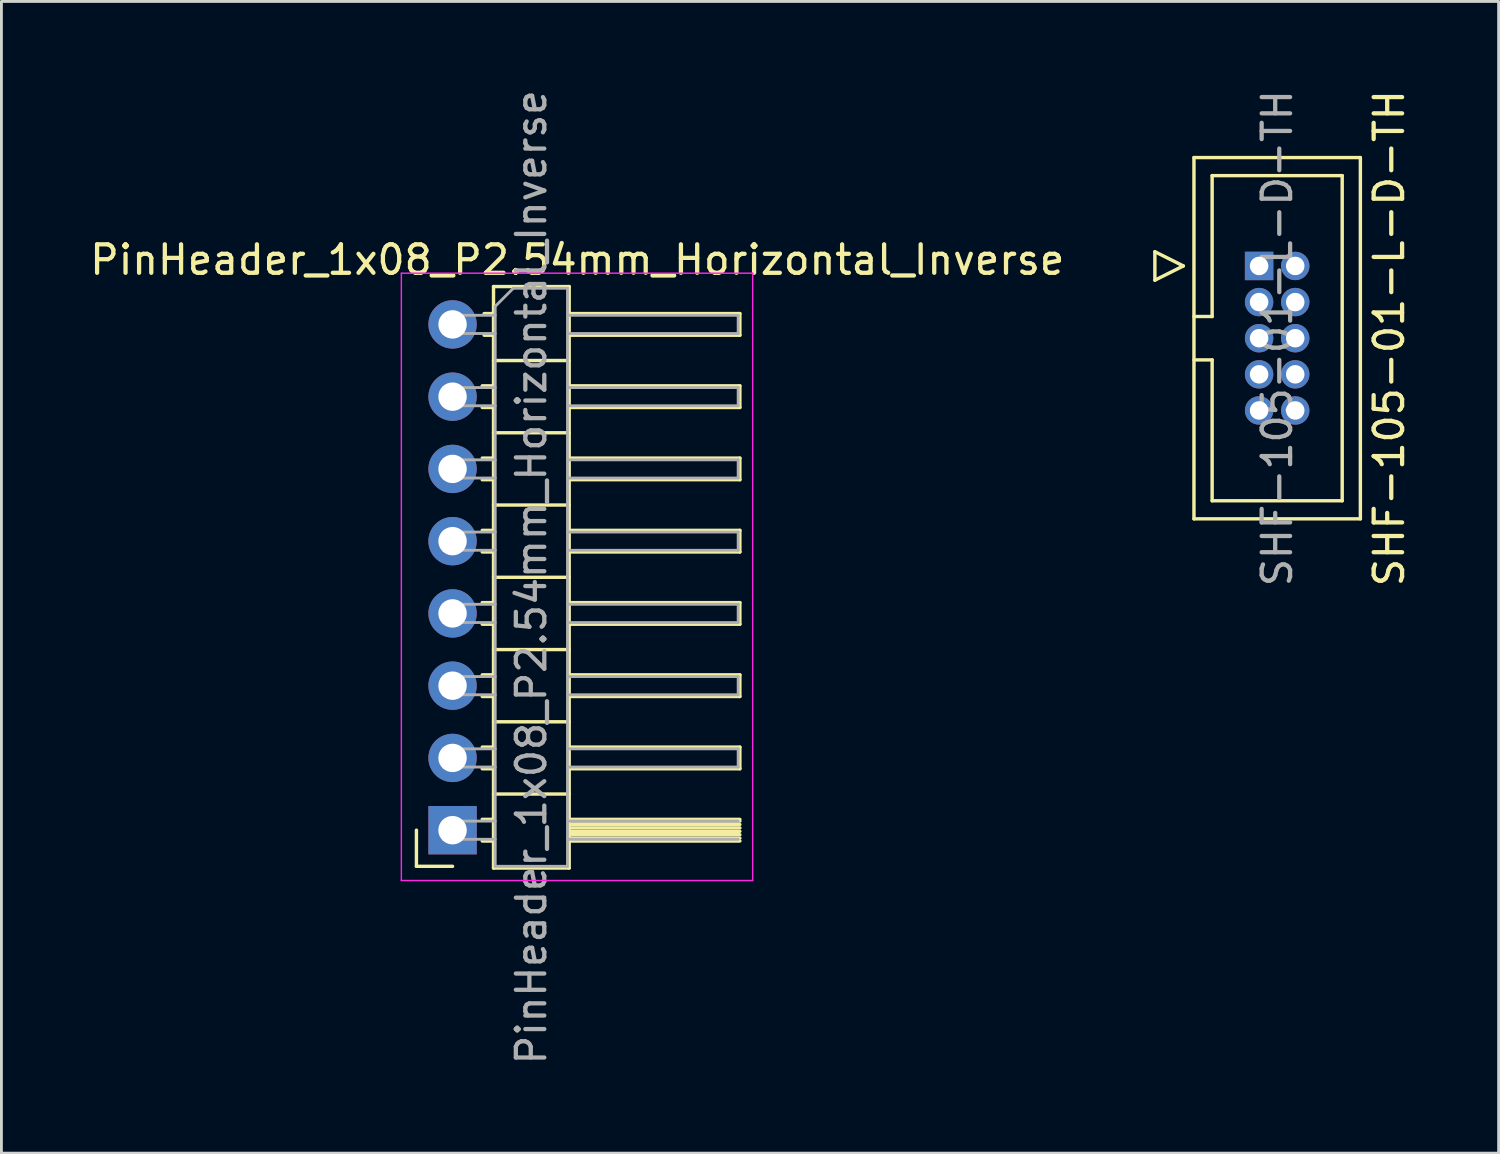
<source format=kicad_pcb>
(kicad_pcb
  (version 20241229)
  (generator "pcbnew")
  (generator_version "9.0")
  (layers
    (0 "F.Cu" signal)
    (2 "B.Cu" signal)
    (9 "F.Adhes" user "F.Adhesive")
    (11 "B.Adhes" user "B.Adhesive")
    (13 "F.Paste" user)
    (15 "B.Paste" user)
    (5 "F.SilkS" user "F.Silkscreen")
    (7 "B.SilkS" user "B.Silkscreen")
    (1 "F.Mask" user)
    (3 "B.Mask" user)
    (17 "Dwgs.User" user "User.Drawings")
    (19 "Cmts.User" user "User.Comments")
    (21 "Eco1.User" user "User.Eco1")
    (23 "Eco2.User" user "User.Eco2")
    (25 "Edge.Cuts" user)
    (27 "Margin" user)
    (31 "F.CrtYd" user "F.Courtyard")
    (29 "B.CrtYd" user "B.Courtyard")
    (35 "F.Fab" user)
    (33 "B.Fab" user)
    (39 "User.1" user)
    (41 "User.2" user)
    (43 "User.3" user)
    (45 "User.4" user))
  (footprint "PinHeader_1x08_P2.54mm_Horizontal_Inverse"
    (layer "F.Cu")
    (at 12.859 8.354)
    (property "Reference" "PinHeader_1x08_P2.54mm_Horizontal_Inverse" (at 4.385 -2.27 0) (layer "F.SilkS") (effects (font (size 1 1) (thickness 0.15))))
    (attr through_hole)
    (fp_line (start -1.27 19.05) (end -1.27 17.78) (stroke (width 0.12) (type solid)) (layer "F.SilkS"))
    (fp_line (start 0 19.05) (end -1.27 19.05) (stroke (width 0.12) (type solid)) (layer "F.SilkS"))
    (fp_line (start 1.043 2.16) (end 1.44 2.16) (stroke (width 0.12) (type solid)) (layer "F.SilkS"))
    (fp_line (start 1.043 2.92) (end 1.44 2.92) (stroke (width 0.12) (type solid)) (layer "F.SilkS"))
    (fp_line (start 1.043 4.7) (end 1.44 4.7) (stroke (width 0.12) (type solid)) (layer "F.SilkS"))
    (fp_line (start 1.043 5.46) (end 1.44 5.46) (stroke (width 0.12) (type solid)) (layer "F.SilkS"))
    (fp_line (start 1.043 7.24) (end 1.44 7.24) (stroke (width 0.12) (type solid)) (layer "F.SilkS"))
    (fp_line (start 1.043 8) (end 1.44 8) (stroke (width 0.12) (type solid)) (layer "F.SilkS"))
    (fp_line (start 1.043 9.78) (end 1.44 9.78) (stroke (width 0.12) (type solid)) (layer "F.SilkS"))
    (fp_line (start 1.043 10.54) (end 1.44 10.54) (stroke (width 0.12) (type solid)) (layer "F.SilkS"))
    (fp_line (start 1.043 12.32) (end 1.44 12.32) (stroke (width 0.12) (type solid)) (layer "F.SilkS"))
    (fp_line (start 1.043 13.08) (end 1.44 13.08) (stroke (width 0.12) (type solid)) (layer "F.SilkS"))
    (fp_line (start 1.043 14.86) (end 1.44 14.86) (stroke (width 0.12) (type solid)) (layer "F.SilkS"))
    (fp_line (start 1.043 15.62) (end 1.44 15.62) (stroke (width 0.12) (type solid)) (layer "F.SilkS"))
    (fp_line (start 1.043 17.4) (end 1.44 17.4) (stroke (width 0.12) (type solid)) (layer "F.SilkS"))
    (fp_line (start 1.043 18.16) (end 1.44 18.16) (stroke (width 0.12) (type solid)) (layer "F.SilkS"))
    (fp_line (start 1.11 -0.38) (end 1.44 -0.38) (stroke (width 0.12) (type solid)) (layer "F.SilkS"))
    (fp_line (start 1.11 0.38) (end 1.44 0.38) (stroke (width 0.12) (type solid)) (layer "F.SilkS"))
    (fp_line (start 1.44 -1.33) (end 1.44 19.11) (stroke (width 0.12) (type solid)) (layer "F.SilkS"))
    (fp_line (start 1.44 1.27) (end 4.1 1.27) (stroke (width 0.12) (type solid)) (layer "F.SilkS"))
    (fp_line (start 1.44 3.81) (end 4.1 3.81) (stroke (width 0.12) (type solid)) (layer "F.SilkS"))
    (fp_line (start 1.44 6.35) (end 4.1 6.35) (stroke (width 0.12) (type solid)) (layer "F.SilkS"))
    (fp_line (start 1.44 8.89) (end 4.1 8.89) (stroke (width 0.12) (type solid)) (layer "F.SilkS"))
    (fp_line (start 1.44 11.43) (end 4.1 11.43) (stroke (width 0.12) (type solid)) (layer "F.SilkS"))
    (fp_line (start 1.44 13.97) (end 4.1 13.97) (stroke (width 0.12) (type solid)) (layer "F.SilkS"))
    (fp_line (start 1.44 16.51) (end 4.1 16.51) (stroke (width 0.12) (type solid)) (layer "F.SilkS"))
    (fp_line (start 1.44 19.11) (end 4.1 19.11) (stroke (width 0.12) (type solid)) (layer "F.SilkS"))
    (fp_line (start 4.1 -1.33) (end 1.44 -1.33) (stroke (width 0.12) (type solid)) (layer "F.SilkS"))
    (fp_line (start 4.1 -0.38) (end 10.1 -0.38) (stroke (width 0.12) (type solid)) (layer "F.SilkS"))
    (fp_line (start 4.1 2.16) (end 10.1 2.16) (stroke (width 0.12) (type solid)) (layer "F.SilkS"))
    (fp_line (start 4.1 4.7) (end 10.1 4.7) (stroke (width 0.12) (type solid)) (layer "F.SilkS"))
    (fp_line (start 4.1 7.24) (end 10.1 7.24) (stroke (width 0.12) (type solid)) (layer "F.SilkS"))
    (fp_line (start 4.1 9.78) (end 10.1 9.78) (stroke (width 0.12) (type solid)) (layer "F.SilkS"))
    (fp_line (start 4.1 12.32) (end 10.1 12.32) (stroke (width 0.12) (type solid)) (layer "F.SilkS"))
    (fp_line (start 4.1 14.86) (end 10.1 14.86) (stroke (width 0.12) (type solid)) (layer "F.SilkS"))
    (fp_line (start 4.1 17.4) (end 10.1 17.4) (stroke (width 0.12) (type solid)) (layer "F.SilkS"))
    (fp_line (start 4.1 17.46) (end 10.1 17.46) (stroke (width 0.12) (type solid)) (layer "F.SilkS"))
    (fp_line (start 4.1 17.58) (end 10.1 17.58) (stroke (width 0.12) (type solid)) (layer "F.SilkS"))
    (fp_line (start 4.1 17.7) (end 10.1 17.7) (stroke (width 0.12) (type solid)) (layer "F.SilkS"))
    (fp_line (start 4.1 17.82) (end 10.1 17.82) (stroke (width 0.12) (type solid)) (layer "F.SilkS"))
    (fp_line (start 4.1 17.94) (end 10.1 17.94) (stroke (width 0.12) (type solid)) (layer "F.SilkS"))
    (fp_line (start 4.1 18.06) (end 10.1 18.06) (stroke (width 0.12) (type solid)) (layer "F.SilkS"))
    (fp_line (start 4.1 19.11) (end 4.1 -1.33) (stroke (width 0.12) (type solid)) (layer "F.SilkS"))
    (fp_line (start 10.1 -0.38) (end 10.1 0.38) (stroke (width 0.12) (type solid)) (layer "F.SilkS"))
    (fp_line (start 10.1 0.38) (end 4.1 0.38) (stroke (width 0.12) (type solid)) (layer "F.SilkS"))
    (fp_line (start 10.1 2.16) (end 10.1 2.92) (stroke (width 0.12) (type solid)) (layer "F.SilkS"))
    (fp_line (start 10.1 2.92) (end 4.1 2.92) (stroke (width 0.12) (type solid)) (layer "F.SilkS"))
    (fp_line (start 10.1 4.7) (end 10.1 5.46) (stroke (width 0.12) (type solid)) (layer "F.SilkS"))
    (fp_line (start 10.1 5.46) (end 4.1 5.46) (stroke (width 0.12) (type solid)) (layer "F.SilkS"))
    (fp_line (start 10.1 7.24) (end 10.1 8) (stroke (width 0.12) (type solid)) (layer "F.SilkS"))
    (fp_line (start 10.1 8) (end 4.1 8) (stroke (width 0.12) (type solid)) (layer "F.SilkS"))
    (fp_line (start 10.1 9.78) (end 10.1 10.54) (stroke (width 0.12) (type solid)) (layer "F.SilkS"))
    (fp_line (start 10.1 10.54) (end 4.1 10.54) (stroke (width 0.12) (type solid)) (layer "F.SilkS"))
    (fp_line (start 10.1 12.32) (end 10.1 13.08) (stroke (width 0.12) (type solid)) (layer "F.SilkS"))
    (fp_line (start 10.1 13.08) (end 4.1 13.08) (stroke (width 0.12) (type solid)) (layer "F.SilkS"))
    (fp_line (start 10.1 14.86) (end 10.1 15.62) (stroke (width 0.12) (type solid)) (layer "F.SilkS"))
    (fp_line (start 10.1 15.62) (end 4.1 15.62) (stroke (width 0.12) (type solid)) (layer "F.SilkS"))
    (fp_line (start 10.1 18.16) (end 4.1 18.16) (stroke (width 0.12) (type solid)) (layer "F.SilkS"))
    (fp_line (start -1.8 -1.8) (end -1.8 19.55) (stroke (width 0.05) (type solid)) (layer "F.CrtYd"))
    (fp_line (start -1.8 19.55) (end 10.55 19.55) (stroke (width 0.05) (type solid)) (layer "F.CrtYd"))
    (fp_line (start 10.55 -1.8) (end -1.8 -1.8) (stroke (width 0.05) (type solid)) (layer "F.CrtYd"))
    (fp_line (start 10.55 19.55) (end 10.55 -1.8) (stroke (width 0.05) (type solid)) (layer "F.CrtYd"))
    (fp_line (start -0.32 -0.32) (end -0.32 0.32) (stroke (width 0.1) (type solid)) (layer "F.Fab"))
    (fp_line (start -0.32 -0.32) (end 1.5 -0.32) (stroke (width 0.1) (type solid)) (layer "F.Fab"))
    (fp_line (start -0.32 0.32) (end 1.5 0.32) (stroke (width 0.1) (type solid)) (layer "F.Fab"))
    (fp_line (start -0.32 2.22) (end -0.32 2.86) (stroke (width 0.1) (type solid)) (layer "F.Fab"))
    (fp_line (start -0.32 2.22) (end 1.5 2.22) (stroke (width 0.1) (type solid)) (layer "F.Fab"))
    (fp_line (start -0.32 2.86) (end 1.5 2.86) (stroke (width 0.1) (type solid)) (layer "F.Fab"))
    (fp_line (start -0.32 4.76) (end -0.32 5.4) (stroke (width 0.1) (type solid)) (layer "F.Fab"))
    (fp_line (start -0.32 4.76) (end 1.5 4.76) (stroke (width 0.1) (type solid)) (layer "F.Fab"))
    (fp_line (start -0.32 5.4) (end 1.5 5.4) (stroke (width 0.1) (type solid)) (layer "F.Fab"))
    (fp_line (start -0.32 7.3) (end -0.32 7.94) (stroke (width 0.1) (type solid)) (layer "F.Fab"))
    (fp_line (start -0.32 7.3) (end 1.5 7.3) (stroke (width 0.1) (type solid)) (layer "F.Fab"))
    (fp_line (start -0.32 7.94) (end 1.5 7.94) (stroke (width 0.1) (type solid)) (layer "F.Fab"))
    (fp_line (start -0.32 9.84) (end -0.32 10.48) (stroke (width 0.1) (type solid)) (layer "F.Fab"))
    (fp_line (start -0.32 9.84) (end 1.5 9.84) (stroke (width 0.1) (type solid)) (layer "F.Fab"))
    (fp_line (start -0.32 10.48) (end 1.5 10.48) (stroke (width 0.1) (type solid)) (layer "F.Fab"))
    (fp_line (start -0.32 12.38) (end -0.32 13.02) (stroke (width 0.1) (type solid)) (layer "F.Fab"))
    (fp_line (start -0.32 12.38) (end 1.5 12.38) (stroke (width 0.1) (type solid)) (layer "F.Fab"))
    (fp_line (start -0.32 13.02) (end 1.5 13.02) (stroke (width 0.1) (type solid)) (layer "F.Fab"))
    (fp_line (start -0.32 14.92) (end -0.32 15.56) (stroke (width 0.1) (type solid)) (layer "F.Fab"))
    (fp_line (start -0.32 14.92) (end 1.5 14.92) (stroke (width 0.1) (type solid)) (layer "F.Fab"))
    (fp_line (start -0.32 15.56) (end 1.5 15.56) (stroke (width 0.1) (type solid)) (layer "F.Fab"))
    (fp_line (start -0.32 17.46) (end -0.32 18.1) (stroke (width 0.1) (type solid)) (layer "F.Fab"))
    (fp_line (start -0.32 17.46) (end 1.5 17.46) (stroke (width 0.1) (type solid)) (layer "F.Fab"))
    (fp_line (start -0.32 18.1) (end 1.5 18.1) (stroke (width 0.1) (type solid)) (layer "F.Fab"))
    (fp_line (start 1.5 -0.635) (end 2.135 -1.27) (stroke (width 0.1) (type solid)) (layer "F.Fab"))
    (fp_line (start 1.5 19.05) (end 1.5 -0.635) (stroke (width 0.1) (type solid)) (layer "F.Fab"))
    (fp_line (start 2.135 -1.27) (end 4.04 -1.27) (stroke (width 0.1) (type solid)) (layer "F.Fab"))
    (fp_line (start 4.04 -1.27) (end 4.04 19.05) (stroke (width 0.1) (type solid)) (layer "F.Fab"))
    (fp_line (start 4.04 -0.32) (end 10.04 -0.32) (stroke (width 0.1) (type solid)) (layer "F.Fab"))
    (fp_line (start 4.04 0.32) (end 10.04 0.32) (stroke (width 0.1) (type solid)) (layer "F.Fab"))
    (fp_line (start 4.04 2.22) (end 10.04 2.22) (stroke (width 0.1) (type solid)) (layer "F.Fab"))
    (fp_line (start 4.04 2.86) (end 10.04 2.86) (stroke (width 0.1) (type solid)) (layer "F.Fab"))
    (fp_line (start 4.04 4.76) (end 10.04 4.76) (stroke (width 0.1) (type solid)) (layer "F.Fab"))
    (fp_line (start 4.04 5.4) (end 10.04 5.4) (stroke (width 0.1) (type solid)) (layer "F.Fab"))
    (fp_line (start 4.04 7.3) (end 10.04 7.3) (stroke (width 0.1) (type solid)) (layer "F.Fab"))
    (fp_line (start 4.04 7.94) (end 10.04 7.94) (stroke (width 0.1) (type solid)) (layer "F.Fab"))
    (fp_line (start 4.04 9.84) (end 10.04 9.84) (stroke (width 0.1) (type solid)) (layer "F.Fab"))
    (fp_line (start 4.04 10.48) (end 10.04 10.48) (stroke (width 0.1) (type solid)) (layer "F.Fab"))
    (fp_line (start 4.04 12.38) (end 10.04 12.38) (stroke (width 0.1) (type solid)) (layer "F.Fab"))
    (fp_line (start 4.04 13.02) (end 10.04 13.02) (stroke (width 0.1) (type solid)) (layer "F.Fab"))
    (fp_line (start 4.04 14.92) (end 10.04 14.92) (stroke (width 0.1) (type solid)) (layer "F.Fab"))
    (fp_line (start 4.04 15.56) (end 10.04 15.56) (stroke (width 0.1) (type solid)) (layer "F.Fab"))
    (fp_line (start 4.04 17.46) (end 10.04 17.46) (stroke (width 0.1) (type solid)) (layer "F.Fab"))
    (fp_line (start 4.04 18.1) (end 10.04 18.1) (stroke (width 0.1) (type solid)) (layer "F.Fab"))
    (fp_line (start 4.04 19.05) (end 1.5 19.05) (stroke (width 0.1) (type solid)) (layer "F.Fab"))
    (fp_line (start 10.04 -0.32) (end 10.04 0.32) (stroke (width 0.1) (type solid)) (layer "F.Fab"))
    (fp_line (start 10.04 2.22) (end 10.04 2.86) (stroke (width 0.1) (type solid)) (layer "F.Fab"))
    (fp_line (start 10.04 4.76) (end 10.04 5.4) (stroke (width 0.1) (type solid)) (layer "F.Fab"))
    (fp_line (start 10.04 7.3) (end 10.04 7.94) (stroke (width 0.1) (type solid)) (layer "F.Fab"))
    (fp_line (start 10.04 9.84) (end 10.04 10.48) (stroke (width 0.1) (type solid)) (layer "F.Fab"))
    (fp_line (start 10.04 12.38) (end 10.04 13.02) (stroke (width 0.1) (type solid)) (layer "F.Fab"))
    (fp_line (start 10.04 14.92) (end 10.04 15.56) (stroke (width 0.1) (type solid)) (layer "F.Fab"))
    (fp_text user "${REFERENCE}" (at 2.77 8.89 90) (layer "F.Fab") (effects (font (size 1 1) (thickness 0.15))))
    (pad "1" thru_hole rect (at 0 17.78) (size 1.7 1.7) (drill 1) (layers "*.Cu" "*.Mask"))
    (pad "2" thru_hole oval (at 0 15.24) (size 1.7 1.7) (drill 1) (layers "*.Cu" "*.Mask"))
    (pad "3" thru_hole oval (at 0 12.7) (size 1.7 1.7) (drill 1) (layers "*.Cu" "*.Mask"))
    (pad "4" thru_hole oval (at 0 10.16) (size 1.7 1.7) (drill 1) (layers "*.Cu" "*.Mask"))
    (pad "5" thru_hole oval (at 0 7.62) (size 1.7 1.7) (drill 1) (layers "*.Cu" "*.Mask"))
    (pad "6" thru_hole oval (at 0 5.08) (size 1.7 1.7) (drill 1) (layers "*.Cu" "*.Mask"))
    (pad "7" thru_hole oval (at 0 2.54) (size 1.7 1.7) (drill 1) (layers "*.Cu" "*.Mask"))
    (pad "8" thru_hole circle (at 0 0) (size 1.7 1.7) (drill 1) (layers "*.Cu" "*.Mask")))
  (footprint "SHF-105-01-L-D-TH"
    (layer "F.Cu")
    (at 41.212 6.299)
    (property "Reference" "SHF-105-01-L-D-TH" (at 4.572 2.54 270) (layer "F.SilkS") (effects (font (size 1 1) (thickness 0.15))))
    (attr through_hole)
    (fp_line (start -3.664 -0.5) (end -3.664 0.5) (stroke (width 0.12) (type solid)) (layer "F.SilkS"))
    (fp_line (start -3.664 0.5) (end -2.664 0) (stroke (width 0.12) (type solid)) (layer "F.SilkS"))
    (fp_line (start -2.664 0) (end -3.664 -0.5) (stroke (width 0.12) (type solid)) (layer "F.SilkS"))
    (fp_line (start -2.29 8.89) (end -2.29 -3.81) (stroke (width 0.12) (type solid)) (layer "F.SilkS"))
    (fp_line (start -2.29 8.89) (end 3.56 8.89) (stroke (width 0.12) (type solid)) (layer "F.SilkS"))
    (fp_line (start -2.286 1.778) (end -1.651 1.778) (stroke (width 0.12) (type solid)) (layer "F.SilkS"))
    (fp_line (start -1.651 -3.175) (end 2.921 -3.175) (stroke (width 0.12) (type solid)) (layer "F.SilkS"))
    (fp_line (start -1.651 1.778) (end -1.651 -3.175) (stroke (width 0.12) (type solid)) (layer "F.SilkS"))
    (fp_line (start -1.651 3.302) (end -2.286 3.302) (stroke (width 0.12) (type solid)) (layer "F.SilkS"))
    (fp_line (start -1.651 8.255) (end -1.651 3.302) (stroke (width 0.12) (type solid)) (layer "F.SilkS"))
    (fp_line (start 2.921 -3.175) (end 2.921 8.255) (stroke (width 0.12) (type solid)) (layer "F.SilkS"))
    (fp_line (start 2.921 8.255) (end -1.651 8.255) (stroke (width 0.12) (type solid)) (layer "F.SilkS"))
    (fp_line (start 3.556 -3.81) (end -2.29 -3.81) (stroke (width 0.12) (type solid)) (layer "F.SilkS"))
    (fp_line (start 3.56 8.89) (end 3.56 -3.81) (stroke (width 0.12) (type solid)) (layer "F.SilkS"))
    (fp_text user "${REFERENCE}" (at 0.635 2.54 90) (layer "F.Fab") (effects (font (size 1 1) (thickness 0.15))))
    (pad "1" thru_hole rect (at 0 0) (size 1 1) (drill 0.65) (layers "*.Cu" "*.Mask"))
    (pad "2" thru_hole oval (at 1.27 0) (size 1 1) (drill 0.65) (layers "*.Cu" "*.Mask"))
    (pad "3" thru_hole oval (at 0 1.27) (size 1 1) (drill 0.65) (layers "*.Cu" "*.Mask"))
    (pad "4" thru_hole oval (at 1.27 1.27) (size 1 1) (drill 0.65) (layers "*.Cu" "*.Mask"))
    (pad "5" thru_hole oval (at 0 2.54) (size 1 1) (drill 0.65) (layers "*.Cu" "*.Mask"))
    (pad "6" thru_hole oval (at 1.27 2.54) (size 1 1) (drill 0.65) (layers "*.Cu" "*.Mask"))
    (pad "7" thru_hole oval (at 0 3.81) (size 1 1) (drill 0.65) (layers "*.Cu" "*.Mask"))
    (pad "8" thru_hole oval (at 1.27 3.81) (size 1 1) (drill 0.65) (layers "*.Cu" "*.Mask"))
    (pad "9" thru_hole oval (at 0 5.08) (size 1 1) (drill 0.65) (layers "*.Cu" "*.Mask"))
    (pad "10" thru_hole oval (at 1.27 5.08) (size 1 1) (drill 0.65) (layers "*.Cu" "*.Mask")))
  (gr_rect
    (start -3 -3)
    (end 49.632 37.488)
    (stroke (width 0.1) (type default))
    (fill no)
    (layer "Edge.Cuts")))
</source>
